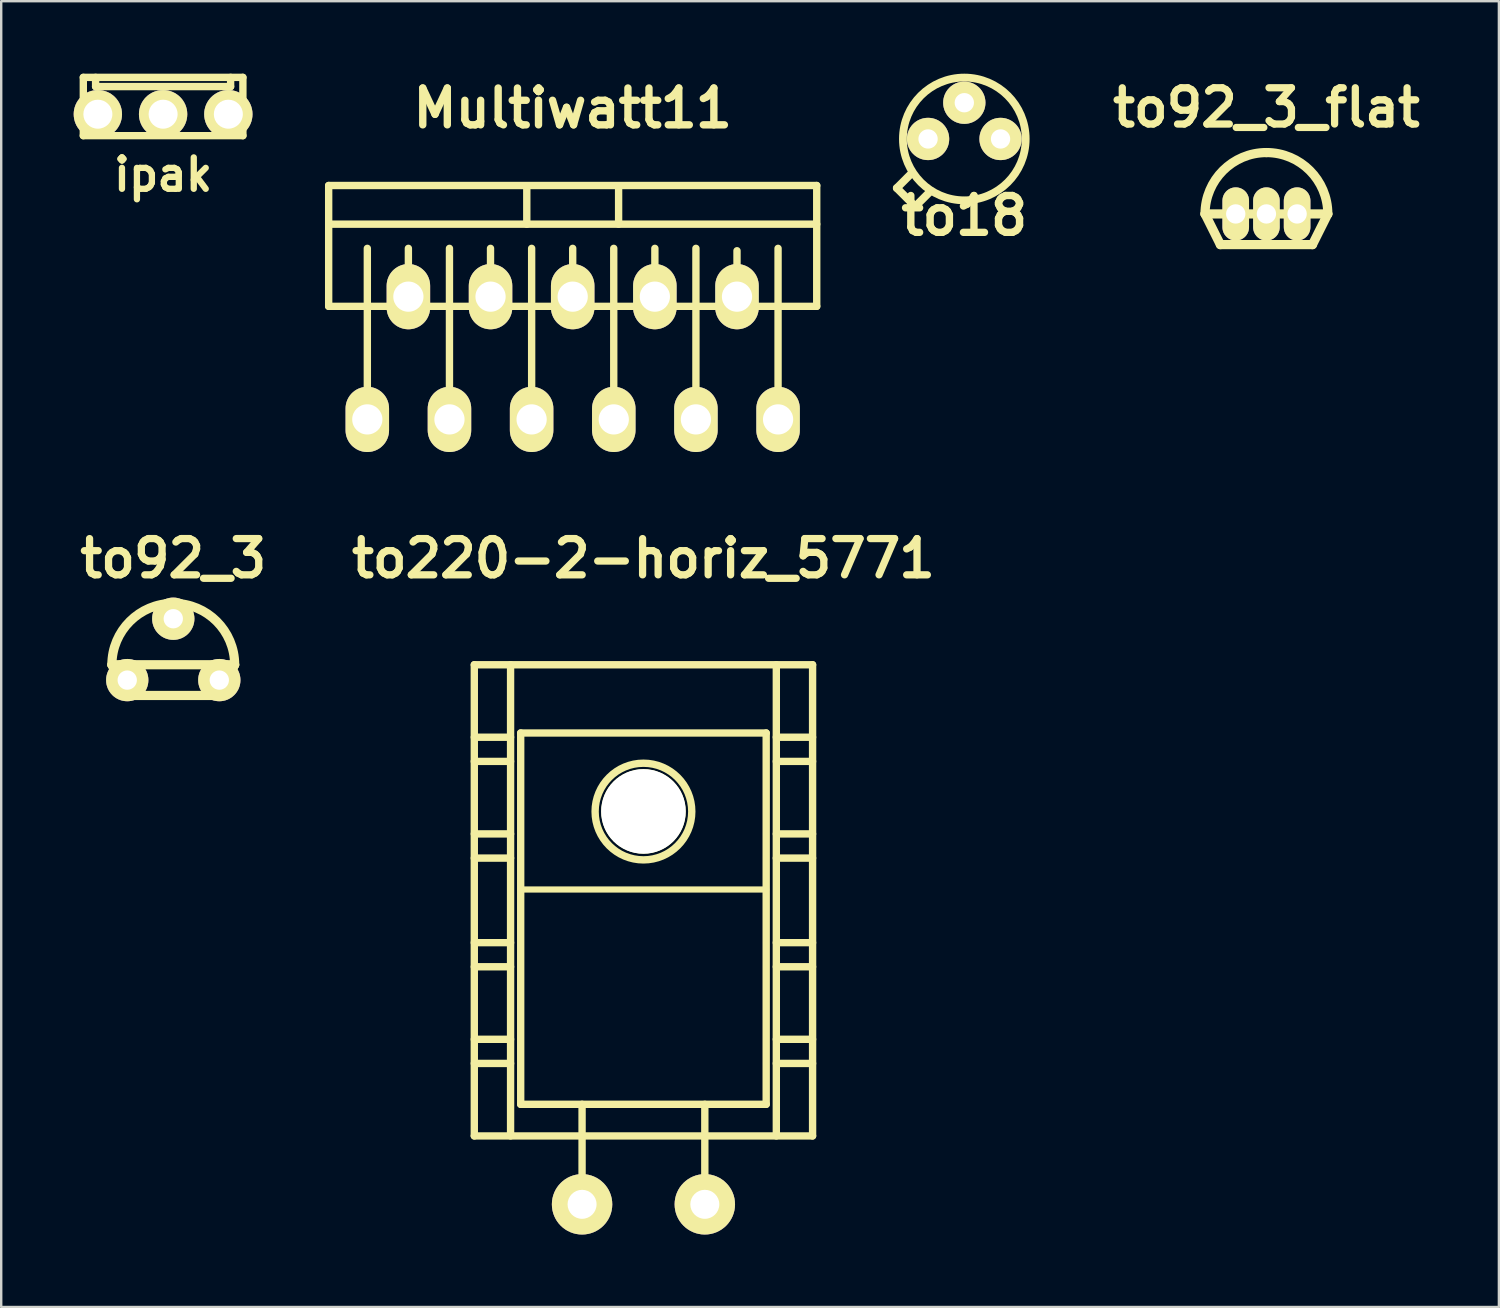
<source format=kicad_pcb>
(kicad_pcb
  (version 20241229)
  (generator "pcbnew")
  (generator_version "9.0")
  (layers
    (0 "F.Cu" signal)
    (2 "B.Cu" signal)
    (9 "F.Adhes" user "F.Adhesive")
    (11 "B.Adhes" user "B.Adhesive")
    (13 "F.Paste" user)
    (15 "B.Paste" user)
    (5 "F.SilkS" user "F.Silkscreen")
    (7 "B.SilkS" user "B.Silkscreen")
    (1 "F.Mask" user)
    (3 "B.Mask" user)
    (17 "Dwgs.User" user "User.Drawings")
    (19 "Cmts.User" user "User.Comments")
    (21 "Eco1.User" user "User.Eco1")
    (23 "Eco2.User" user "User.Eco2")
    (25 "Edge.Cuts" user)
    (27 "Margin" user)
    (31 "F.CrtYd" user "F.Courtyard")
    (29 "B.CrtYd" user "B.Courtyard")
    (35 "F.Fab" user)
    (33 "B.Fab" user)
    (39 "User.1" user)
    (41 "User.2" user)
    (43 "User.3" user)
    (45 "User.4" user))
  (footprint "Multiwatt11"
    (layer "F.Cu")
    (at 20.651 9.227)
    (property "Reference" "Multiwatt11" (at 0 -7.8 0) (layer "F.SilkS") (effects (font (size 1.524 1.524) (thickness 0.305))))
    (attr through_hole)
    (fp_line (start -10.099 -4.6) (end -10.099 0.399) (stroke (width 0.305) (type solid)) (layer "F.SilkS"))
    (fp_line (start -10.099 0.401) (end 10.099 0.401) (stroke (width 0.305) (type solid)) (layer "F.SilkS"))
    (fp_line (start -8.499 5.1) (end -8.499 -1.999) (stroke (width 0.305) (type solid)) (layer "F.SilkS"))
    (fp_line (start -6.8 0) (end -6.8 -1.999) (stroke (width 0.305) (type solid)) (layer "F.SilkS"))
    (fp_line (start -5.1 5.1) (end -5.1 -1.999) (stroke (width 0.305) (type solid)) (layer "F.SilkS"))
    (fp_line (start -3.401 0) (end -3.401 -1.999) (stroke (width 0.305) (type solid)) (layer "F.SilkS"))
    (fp_line (start -1.9 -2.997) (end -1.9 -4.498) (stroke (width 0.305) (type solid)) (layer "F.SilkS"))
    (fp_line (start -1.699 5.1) (end -1.699 -1.999) (stroke (width 0.305) (type solid)) (layer "F.SilkS"))
    (fp_line (start 0 0) (end 0 -1.999) (stroke (width 0.305) (type solid)) (layer "F.SilkS"))
    (fp_line (start 1.699 5.1) (end 1.699 -1.999) (stroke (width 0.305) (type solid)) (layer "F.SilkS"))
    (fp_line (start 1.9 -4.501) (end 1.9 -3) (stroke (width 0.305) (type solid)) (layer "F.SilkS"))
    (fp_line (start 3.401 0) (end 3.401 -1.999) (stroke (width 0.305) (type solid)) (layer "F.SilkS"))
    (fp_line (start 5.1 5.1) (end 5.1 -1.999) (stroke (width 0.305) (type solid)) (layer "F.SilkS"))
    (fp_line (start 6.8 0) (end 6.8 -1.9) (stroke (width 0.305) (type solid)) (layer "F.SilkS"))
    (fp_line (start 8.499 5.1) (end 8.499 -1.999) (stroke (width 0.305) (type solid)) (layer "F.SilkS"))
    (fp_line (start 10.099 -4.6) (end -10.099 -4.6) (stroke (width 0.305) (type solid)) (layer "F.SilkS"))
    (fp_line (start 10.099 -4.6) (end 10.099 0.399) (stroke (width 0.305) (type solid)) (layer "F.SilkS"))
    (fp_line (start 10.099 -3) (end -10.099 -3) (stroke (width 0.305) (type solid)) (layer "F.SilkS"))
    (pad "1" thru_hole oval (at -8.5 5.08) (size 1.8 2.7) (drill 1.25) (layers "*.Cu" "*.Mask" "F.SilkS"))
    (pad "2" thru_hole oval (at -6.8 0) (size 1.8 2.7) (drill 1.25) (layers "*.Cu" "*.Mask" "F.SilkS"))
    (pad "3" thru_hole oval (at -5.1 5.08) (size 1.8 2.7) (drill 1.25) (layers "*.Cu" "*.Mask" "F.SilkS"))
    (pad "4" thru_hole oval (at -3.4 0) (size 1.8 2.7) (drill 1.25) (layers "*.Cu" "*.Mask" "F.SilkS"))
    (pad "5" thru_hole oval (at -1.7 5.08) (size 1.8 2.7) (drill 1.25) (layers "*.Cu" "*.Mask" "F.SilkS"))
    (pad "6" thru_hole oval (at 0 0) (size 1.8 2.7) (drill 1.25) (layers "*.Cu" "*.Mask" "F.SilkS"))
    (pad "7" thru_hole oval (at 1.7 5.08) (size 1.8 2.7) (drill 1.25) (layers "*.Cu" "*.Mask" "F.SilkS"))
    (pad "8" thru_hole oval (at 3.4 0) (size 1.8 2.7) (drill 1.25) (layers "*.Cu" "*.Mask" "F.SilkS"))
    (pad "9" thru_hole oval (at 5.1 5.08) (size 1.8 2.7) (drill 1.25) (layers "*.Cu" "*.Mask" "F.SilkS"))
    (pad "10" thru_hole oval (at 6.8 0) (size 1.8 2.7) (drill 1.25) (layers "*.Cu" "*.Mask" "F.SilkS"))
    (pad "11" thru_hole oval (at 8.5 5.08) (size 1.8 2.7) (drill 1.25) (layers "*.Cu" "*.Mask" "F.SilkS")))
  (footprint "ipak"
    (layer "F.Cu")
    (at 3.7 1.676)
    (property "Reference" "ipak" (at 0 2.5 0) (layer "F.SilkS") (effects (font (size 1.3 1.3) (thickness 0.26))))
    (attr through_hole)
    (fp_line (start -3.302 -1.524) (end 3.302 -1.524) (stroke (width 0.305) (type solid)) (layer "F.SilkS"))
    (fp_line (start -3.302 0.889) (end -3.302 -1.524) (stroke (width 0.305) (type solid)) (layer "F.SilkS"))
    (fp_line (start -2.794 -1.524) (end -2.794 -1.143) (stroke (width 0.305) (type solid)) (layer "F.SilkS"))
    (fp_line (start -2.794 -1.143) (end 2.794 -1.143) (stroke (width 0.305) (type solid)) (layer "F.SilkS"))
    (fp_line (start 2.794 -1.143) (end 2.794 -1.524) (stroke (width 0.305) (type solid)) (layer "F.SilkS"))
    (fp_line (start 3.302 -1.524) (end 3.302 0.889) (stroke (width 0.305) (type solid)) (layer "F.SilkS"))
    (fp_line (start 3.302 0.889) (end -3.302 0.889) (stroke (width 0.305) (type solid)) (layer "F.SilkS"))
    (pad "1" thru_hole circle (at 2.7 0) (size 2 2) (drill 1.2) (layers "*.Cu" "*.Mask" "F.SilkS"))
    (pad "2" thru_hole circle (at 0 0) (size 2 2) (drill 1.2) (layers "*.Cu" "*.Mask" "F.SilkS"))
    (pad "3" thru_hole circle (at -2.7 0) (size 2 2) (drill 1.2) (layers "*.Cu" "*.Mask" "F.SilkS")))
  (footprint "to18"
    (layer "F.Cu")
    (at 36.858 2.701)
    (property "Reference" "to18" (at 0 3.175 0) (layer "F.SilkS") (effects (font (size 1.524 1.524) (thickness 0.305))))
    (attr through_hole)
    (fp_line (start -2.794 2.032) (end -2.032 2.794) (stroke (width 0.323) (type solid)) (layer "F.SilkS"))
    (fp_line (start -2.159 1.397) (end -2.794 2.032) (stroke (width 0.323) (type solid)) (layer "F.SilkS"))
    (fp_line (start -2.032 2.794) (end -1.397 2.159) (stroke (width 0.323) (type solid)) (layer "F.SilkS"))
    (fp_circle (center 0 0) (end -2.54 0) (stroke (width 0.323) (type solid)) (fill no) (layer "F.SilkS"))
    (pad "1" thru_hole circle (at 1.5 0) (size 1.75 1.75) (drill 0.8) (layers "*.Cu" "*.Mask" "F.SilkS"))
    (pad "2" thru_hole circle (at 0 -1.5) (size 1.75 1.75) (drill 0.8) (layers "*.Cu" "*.Mask" "F.SilkS"))
    (pad "3" thru_hole circle (at -1.5 0) (size 1.75 1.75) (drill 0.8) (layers "*.Cu" "*.Mask" "F.SilkS")))
  (footprint "to92_3"
    (layer "F.Cu")
    (at 4.121 24.461)
    (property "Reference" "to92_3" (at 0 -4.4 0) (layer "F.SilkS") (effects (font (size 1.5 1.5) (thickness 0.3))))
    (attr through_hole)
    (fp_line (start -1.905 1.27) (end -2.54 0) (stroke (width 0.381) (type solid)) (layer "F.SilkS"))
    (fp_line (start 1.905 1.27) (end -1.905 1.27) (stroke (width 0.381) (type solid)) (layer "F.SilkS"))
    (fp_line (start 2.54 0) (end -2.54 0) (stroke (width 0.381) (type solid)) (layer "F.SilkS"))
    (fp_line (start 2.54 0) (end 1.905 1.27) (stroke (width 0.381) (type solid)) (layer "F.SilkS"))
    (fp_arc (start -2.54 0) (mid -1.796051 -1.796051) (end 0 -2.54) (stroke (width 0.381) (type solid)) (layer "F.SilkS"))
    (fp_arc (start 0 -2.54) (mid 1.796051 -1.796051) (end 2.54 0) (stroke (width 0.381) (type solid)) (layer "F.SilkS"))
    (pad "1" thru_hole circle (at 1.905 0.635) (size 1.75 1.75) (drill 0.8) (layers "*.Cu" "*.Mask" "F.SilkS"))
    (pad "2" thru_hole circle (at 0 -1.905) (size 1.75 1.75) (drill 0.8) (layers "*.Cu" "*.Mask" "F.SilkS"))
    (pad "3" thru_hole circle (at -1.905 0.635) (size 1.75 1.75) (drill 0.8) (layers "*.Cu" "*.Mask" "F.SilkS")))
  (footprint "to220-2-horiz_5771"
    (layer "F.Cu")
    (at 23.579 38.461)
    (property "Reference" "to220-2-horiz_5771" (at 0 -18.4 0) (layer "F.SilkS") (effects (font (size 1.5 1.5) (thickness 0.3))))
    (attr through_hole)
    (fp_line (start -7 -14) (end -7 5.499) (stroke (width 0.305) (type solid)) (layer "F.SilkS"))
    (fp_line (start -7 -11.001) (end -5.499 -11.001) (stroke (width 0.305) (type solid)) (layer "F.SilkS"))
    (fp_line (start -7 -10) (end -5.499 -10) (stroke (width 0.305) (type solid)) (layer "F.SilkS"))
    (fp_line (start -7 -7) (end -5.499 -7) (stroke (width 0.305) (type solid)) (layer "F.SilkS"))
    (fp_line (start -7 -5.999) (end -5.499 -5.999) (stroke (width 0.305) (type solid)) (layer "F.SilkS"))
    (fp_line (start -7 -2.499) (end -5.499 -2.499) (stroke (width 0.305) (type solid)) (layer "F.SilkS"))
    (fp_line (start -7 -1.501) (end -5.499 -1.501) (stroke (width 0.305) (type solid)) (layer "F.SilkS"))
    (fp_line (start -7 1.501) (end -5.499 1.501) (stroke (width 0.305) (type solid)) (layer "F.SilkS"))
    (fp_line (start -7 2.499) (end -5.499 2.499) (stroke (width 0.305) (type solid)) (layer "F.SilkS"))
    (fp_line (start -7 5.499) (end 7 5.499) (stroke (width 0.305) (type solid)) (layer "F.SilkS"))
    (fp_line (start -5.499 5.499) (end -5.499 -14) (stroke (width 0.305) (type solid)) (layer "F.SilkS"))
    (fp_line (start -5.08 -11.176) (end -5.08 4.191) (stroke (width 0.305) (type solid)) (layer "F.SilkS"))
    (fp_line (start -5.08 4.191) (end 5.08 4.191) (stroke (width 0.305) (type solid)) (layer "F.SilkS"))
    (fp_line (start -2.54 8.382) (end -2.54 4.191) (stroke (width 0.305) (type solid)) (layer "F.SilkS"))
    (fp_line (start 2.54 8.382) (end 2.54 4.191) (stroke (width 0.305) (type solid)) (layer "F.SilkS"))
    (fp_line (start 5.08 -11.176) (end -5.08 -11.176) (stroke (width 0.305) (type solid)) (layer "F.SilkS"))
    (fp_line (start 5.08 -4.699) (end -5.08 -4.699) (stroke (width 0.254) (type solid)) (layer "F.SilkS"))
    (fp_line (start 5.08 4.191) (end 5.08 -11.176) (stroke (width 0.305) (type solid)) (layer "F.SilkS"))
    (fp_line (start 5.499 -14) (end 5.499 5.499) (stroke (width 0.305) (type solid)) (layer "F.SilkS"))
    (fp_line (start 5.499 -11.001) (end 7 -11.001) (stroke (width 0.305) (type solid)) (layer "F.SilkS"))
    (fp_line (start 5.499 -10) (end 7 -10) (stroke (width 0.305) (type solid)) (layer "F.SilkS"))
    (fp_line (start 5.499 -7) (end 7 -7) (stroke (width 0.305) (type solid)) (layer "F.SilkS"))
    (fp_line (start 5.499 -5.999) (end 7 -5.999) (stroke (width 0.305) (type solid)) (layer "F.SilkS"))
    (fp_line (start 5.499 -2.499) (end 7 -2.499) (stroke (width 0.305) (type solid)) (layer "F.SilkS"))
    (fp_line (start 5.499 -1.501) (end 7 -1.501) (stroke (width 0.305) (type solid)) (layer "F.SilkS"))
    (fp_line (start 5.499 1.501) (end 7 1.501) (stroke (width 0.305) (type solid)) (layer "F.SilkS"))
    (fp_line (start 5.499 2.499) (end 7 2.499) (stroke (width 0.305) (type solid)) (layer "F.SilkS"))
    (fp_line (start 7 -14) (end -7 -14) (stroke (width 0.305) (type solid)) (layer "F.SilkS"))
    (fp_line (start 7 5.499) (end 7 -14) (stroke (width 0.305) (type solid)) (layer "F.SilkS"))
    (fp_circle (center 0 -7.925) (end -1.999 -8.001) (stroke (width 0.305) (type solid)) (fill no) (layer "F.SilkS"))
    (pad "" np_thru_hole circle (at 0 -7.93) (size 3.5 3.5) (drill 3.5) (layers "*.Cu" "*.Mask" "F.SilkS"))
    (pad "1" thru_hole circle (at 2.54 8.33) (size 2.5 2.5) (drill 1.2) (layers "*.Cu" "*.Mask" "F.SilkS"))
    (pad "2" thru_hole circle (at -2.54 8.33) (size 2.5 2.5) (drill 1.2) (layers "*.Cu" "*.Mask" "F.SilkS")))
  (footprint "to92_3_flat"
    (layer "F.Cu")
    (at 49.361 5.804)
    (property "Reference" "to92_3_flat" (at 0 -4.4 0) (layer "F.SilkS") (effects (font (size 1.5 1.5) (thickness 0.3))))
    (attr through_hole)
    (fp_line (start -1.905 1.27) (end -2.54 0) (stroke (width 0.381) (type solid)) (layer "F.SilkS"))
    (fp_line (start 1.905 1.27) (end -1.905 1.27) (stroke (width 0.381) (type solid)) (layer "F.SilkS"))
    (fp_line (start 2.54 0) (end -2.54 0) (stroke (width 0.381) (type solid)) (layer "F.SilkS"))
    (fp_line (start 2.54 0) (end 1.905 1.27) (stroke (width 0.381) (type solid)) (layer "F.SilkS"))
    (fp_arc (start -2.54 0) (mid -1.796051 -1.796051) (end 0 -2.54) (stroke (width 0.381) (type solid)) (layer "F.SilkS"))
    (fp_arc (start 0 -2.54) (mid 1.796051 -1.796051) (end 2.54 0) (stroke (width 0.381) (type solid)) (layer "F.SilkS"))
    (pad "1" thru_hole oval (at 1.27 0) (size 1.1 2.2) (drill 0.8) (layers "*.Cu" "*.Mask" "F.SilkS"))
    (pad "2" thru_hole oval (at 0 0) (size 1.1 2.2) (drill 0.8) (layers "*.Cu" "*.Mask" "F.SilkS"))
    (pad "3" thru_hole oval (at -1.27 0) (size 1.1 2.2) (drill 0.8) (layers "*.Cu" "*.Mask" "F.SilkS")))
  (gr_rect
    (start -3 -3)
    (end 58.982 51.041)
    (stroke (width 0.1) (type default))
    (fill no)
    (layer "Edge.Cuts")))
</source>
